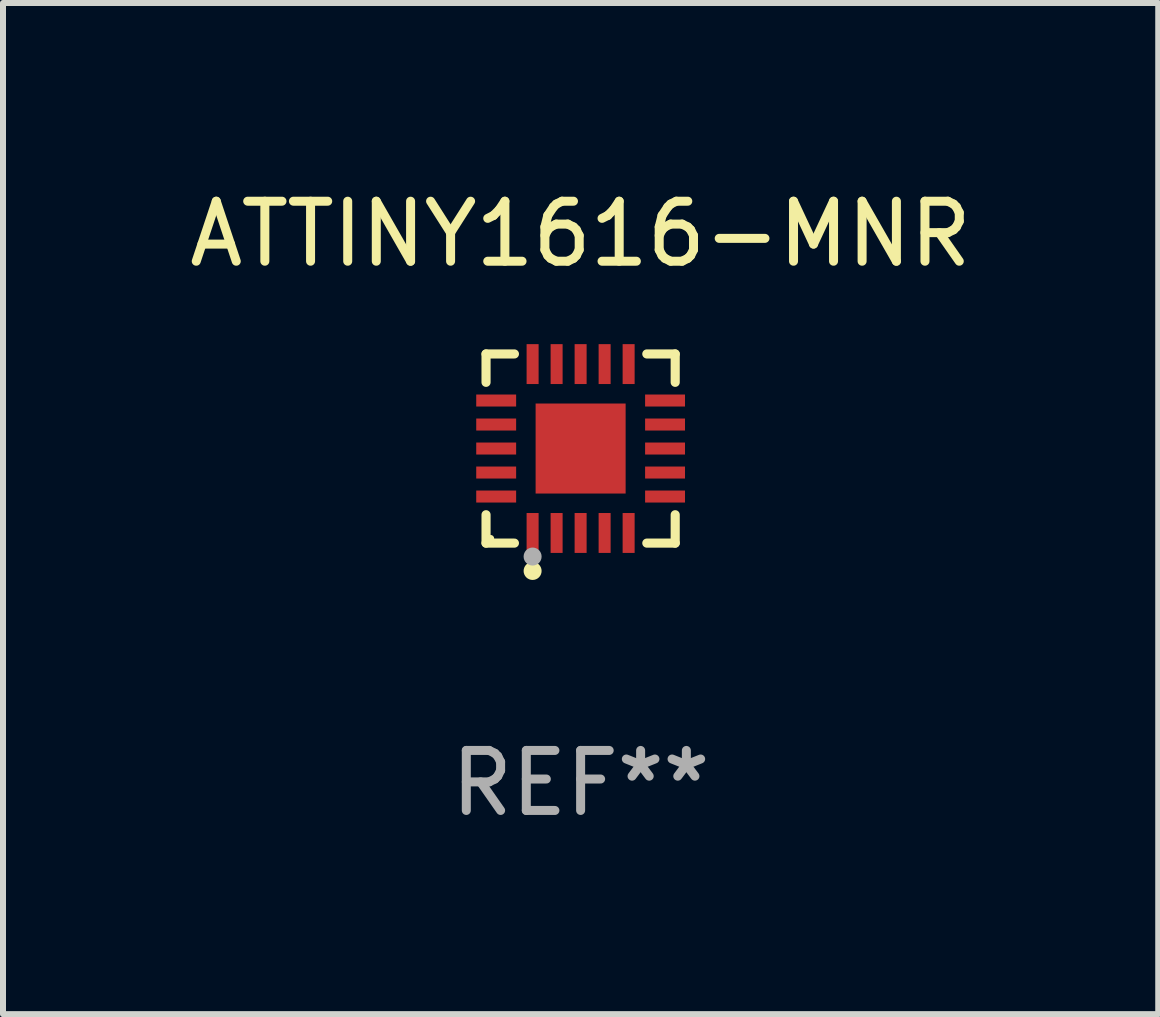
<source format=kicad_pcb>
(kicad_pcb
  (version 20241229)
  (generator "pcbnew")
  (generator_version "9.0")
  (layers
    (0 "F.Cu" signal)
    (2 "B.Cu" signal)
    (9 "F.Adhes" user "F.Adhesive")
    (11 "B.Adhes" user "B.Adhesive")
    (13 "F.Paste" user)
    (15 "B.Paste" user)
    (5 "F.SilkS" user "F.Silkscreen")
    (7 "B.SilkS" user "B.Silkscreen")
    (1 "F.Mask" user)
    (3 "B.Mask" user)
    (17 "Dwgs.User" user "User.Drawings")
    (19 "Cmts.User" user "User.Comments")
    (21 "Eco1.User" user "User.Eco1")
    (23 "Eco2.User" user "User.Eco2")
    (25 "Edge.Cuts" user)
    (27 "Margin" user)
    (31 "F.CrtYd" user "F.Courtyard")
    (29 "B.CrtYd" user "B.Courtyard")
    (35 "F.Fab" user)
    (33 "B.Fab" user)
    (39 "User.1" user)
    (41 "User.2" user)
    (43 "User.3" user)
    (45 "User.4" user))
  (footprint "ATTINY1616-MNR"
    (layer "F.Cu")
    (at 6.625 4.424)
    (property "Reference" "ATTINY1616-MNR" (at 0 -3.576 0) (layer "F.SilkS") (effects (font (size 1 1) (thickness 0.15))))
    (attr through_hole)
    (fp_line (start -1.576 -1.576) (end -1.103 -1.576) (stroke (width 0.152) (type solid)) (layer "F.SilkS"))
    (fp_line (start -1.576 -1.103) (end -1.576 -1.576) (stroke (width 0.152) (type solid)) (layer "F.SilkS"))
    (fp_line (start -1.576 1.103) (end -1.576 1.576) (stroke (width 0.152) (type solid)) (layer "F.SilkS"))
    (fp_line (start -1.576 1.576) (end -1.103 1.576) (stroke (width 0.152) (type solid)) (layer "F.SilkS"))
    (fp_line (start 1.576 -1.576) (end 1.103 -1.576) (stroke (width 0.152) (type solid)) (layer "F.SilkS"))
    (fp_line (start 1.576 -1.103) (end 1.576 -1.576) (stroke (width 0.152) (type solid)) (layer "F.SilkS"))
    (fp_line (start 1.576 1.103) (end 1.576 1.576) (stroke (width 0.152) (type solid)) (layer "F.SilkS"))
    (fp_line (start 1.576 1.576) (end 1.103 1.576) (stroke (width 0.152) (type solid)) (layer "F.SilkS"))
    (fp_circle (center -1.5 1.5) (end -1.47 1.5) (stroke (width 0.06) (type solid)) (fill no) (layer "F.SilkS"))
    (fp_circle (center -0.8 2.04) (end -0.725 2.04) (stroke (width 0.15) (type solid)) (fill no) (layer "F.SilkS"))
    (fp_circle (center -0.8 1.8) (end -0.725 1.8) (stroke (width 0.15) (type solid)) (fill no) (layer "F.Fab"))
    (fp_text user "REF**" (at 0 5.576 0) (layer "F.Fab") (effects (font (size 1 1) (thickness 0.15))))
    (pad "1" smd rect (at -0.8 1.407) (size 0.2 0.665) (layers "F.Cu" "F.Mask" "F.Paste"))
    (pad "2" smd rect (at -0.4 1.407) (size 0.2 0.665) (layers "F.Cu" "F.Mask" "F.Paste"))
    (pad "3" smd rect (at 0 1.407) (size 0.2 0.665) (layers "F.Cu" "F.Mask" "F.Paste"))
    (pad "4" smd rect (at 0.4 1.407) (size 0.2 0.665) (layers "F.Cu" "F.Mask" "F.Paste"))
    (pad "5" smd rect (at 0.8 1.407) (size 0.2 0.665) (layers "F.Cu" "F.Mask" "F.Paste"))
    (pad "6" smd rect (at 1.407 0.8) (size 0.665 0.2) (layers "F.Cu" "F.Mask" "F.Paste"))
    (pad "7" smd rect (at 1.407 0.4) (size 0.665 0.2) (layers "F.Cu" "F.Mask" "F.Paste"))
    (pad "8" smd rect (at 1.407 0) (size 0.665 0.2) (layers "F.Cu" "F.Mask" "F.Paste"))
    (pad "9" smd rect (at 1.407 -0.4) (size 0.665 0.2) (layers "F.Cu" "F.Mask" "F.Paste"))
    (pad "10" smd rect (at 1.407 -0.8) (size 0.665 0.2) (layers "F.Cu" "F.Mask" "F.Paste"))
    (pad "11" smd rect (at 0.8 -1.407) (size 0.2 0.665) (layers "F.Cu" "F.Mask" "F.Paste"))
    (pad "12" smd rect (at 0.4 -1.407) (size 0.2 0.665) (layers "F.Cu" "F.Mask" "F.Paste"))
    (pad "13" smd rect (at 0 -1.407) (size 0.2 0.665) (layers "F.Cu" "F.Mask" "F.Paste"))
    (pad "14" smd rect (at -0.4 -1.407) (size 0.2 0.665) (layers "F.Cu" "F.Mask" "F.Paste"))
    (pad "15" smd rect (at -0.8 -1.407) (size 0.2 0.665) (layers "F.Cu" "F.Mask" "F.Paste"))
    (pad "16" smd rect (at -1.407 -0.8) (size 0.665 0.2) (layers "F.Cu" "F.Mask" "F.Paste"))
    (pad "17" smd rect (at -1.407 -0.4) (size 0.665 0.2) (layers "F.Cu" "F.Mask" "F.Paste"))
    (pad "18" smd rect (at -1.407 0) (size 0.665 0.2) (layers "F.Cu" "F.Mask" "F.Paste"))
    (pad "19" smd rect (at -1.407 0.4) (size 0.665 0.2) (layers "F.Cu" "F.Mask" "F.Paste"))
    (pad "20" smd rect (at -1.407 0.8) (size 0.665 0.2) (layers "F.Cu" "F.Mask" "F.Paste"))
    (pad "21" smd rect (at 0 0) (size 1.5 1.5) (layers "F.Cu" "F.Mask" "F.Paste")))
  (gr_rect
    (start -3 -3)
    (end 16.25 13.849)
    (stroke (width 0.1) (type default))
    (fill no)
    (layer "Edge.Cuts")))
</source>
